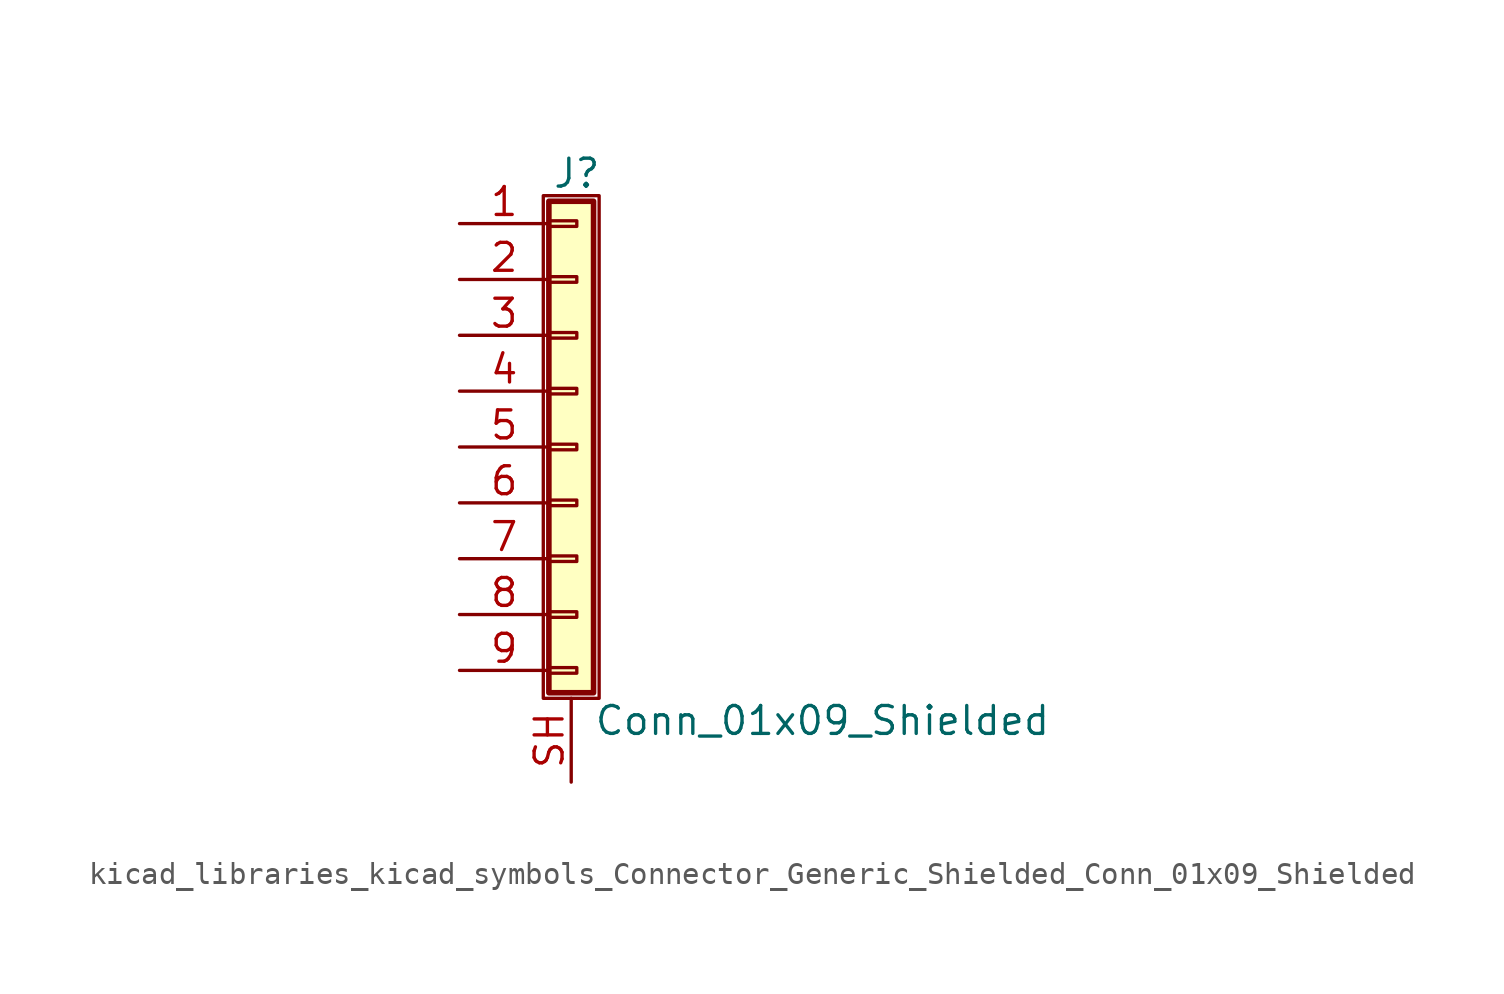
<source format=kicad_sym>
(kicad_symbol_lib
  (version 20220914)
  (generator kicad_symbol_editor)
  (symbol "kicad_libraries_kicad_symbols_Connector_Generic_Shielded_Conn_01x09_Shielded"
    (pin_names
      (offset 1.016) hide)
    (property "Reference" "J"
      (at 0.254 12.446 0)
      (effects (font (size 1.27 1.27))))
    (property "Value" "Conn_01x09_Shielded"
      (at 1.016 -12.446 0)
      (effects (font (size 1.27 1.27)) (justify left)))
    (symbol "kicad_libraries_kicad_symbols_Connector_Generic_Shielded_Conn_01x09_Shielded_1_1"
      (rectangle (start -1.27 11.43) (end 1.27 -11.43) (stroke (width 0.152) (type default)) (fill (type none)))
      (rectangle (start -1.016 -10.033) (end 0.254 -10.287) (stroke (width 0.152) (type default)) (fill (type none)))
      (rectangle (start -1.016 -7.493) (end 0.254 -7.747) (stroke (width 0.152) (type default)) (fill (type none)))
      (rectangle (start -1.016 -4.953) (end 0.254 -5.207) (stroke (width 0.152) (type default)) (fill (type none)))
      (rectangle (start -1.016 -2.413) (end 0.254 -2.667) (stroke (width 0.152) (type default)) (fill (type none)))
      (rectangle (start -1.016 0.127) (end 0.254 -0.127) (stroke (width 0.152) (type default)) (fill (type none)))
      (rectangle (start -1.016 2.667) (end 0.254 2.413) (stroke (width 0.152) (type default)) (fill (type none)))
      (rectangle (start -1.016 5.207) (end 0.254 4.953) (stroke (width 0.152) (type default)) (fill (type none)))
      (rectangle (start -1.016 7.747) (end 0.254 7.493) (stroke (width 0.152) (type default)) (fill (type none)))
      (rectangle (start -1.016 10.287) (end 0.254 10.033) (stroke (width 0.152) (type default)) (fill (type none)))
      (rectangle (start -1.016 11.176) (end 1.016 -11.176) (stroke (width 0.254) (type default)) (fill (type background)))
      (pin passive line (at -5.08 10.16 0) (length 4.064) (name "Pin_1" (effects (font (size 1.27 1.27)))) (number "1" (effects (font (size 1.27 1.27)))))
      (pin passive line (at -5.08 7.62 0) (length 4.064) (name "Pin_2" (effects (font (size 1.27 1.27)))) (number "2" (effects (font (size 1.27 1.27)))))
      (pin passive line (at -5.08 5.08 0) (length 4.064) (name "Pin_3" (effects (font (size 1.27 1.27)))) (number "3" (effects (font (size 1.27 1.27)))))
      (pin passive line (at -5.08 2.54 0) (length 4.064) (name "Pin_4" (effects (font (size 1.27 1.27)))) (number "4" (effects (font (size 1.27 1.27)))))
      (pin passive line (at -5.08 0 0) (length 4.064) (name "Pin_5" (effects (font (size 1.27 1.27)))) (number "5" (effects (font (size 1.27 1.27)))))
      (pin passive line (at -5.08 -2.54 0) (length 4.064) (name "Pin_6" (effects (font (size 1.27 1.27)))) (number "6" (effects (font (size 1.27 1.27)))))
      (pin passive line (at -5.08 -5.08 0) (length 4.064) (name "Pin_7" (effects (font (size 1.27 1.27)))) (number "7" (effects (font (size 1.27 1.27)))))
      (pin passive line (at -5.08 -7.62 0) (length 4.064) (name "Pin_8" (effects (font (size 1.27 1.27)))) (number "8" (effects (font (size 1.27 1.27)))))
      (pin passive line (at -5.08 -10.16 0) (length 4.064) (name "Pin_9" (effects (font (size 1.27 1.27)))) (number "9" (effects (font (size 1.27 1.27)))))
      (pin passive line (at 0 -15.24 90) (length 3.81) (name "Shield" (effects (font (size 1.27 1.27)))) (number "SH" (effects (font (size 1.27 1.27))))))))
</source>
